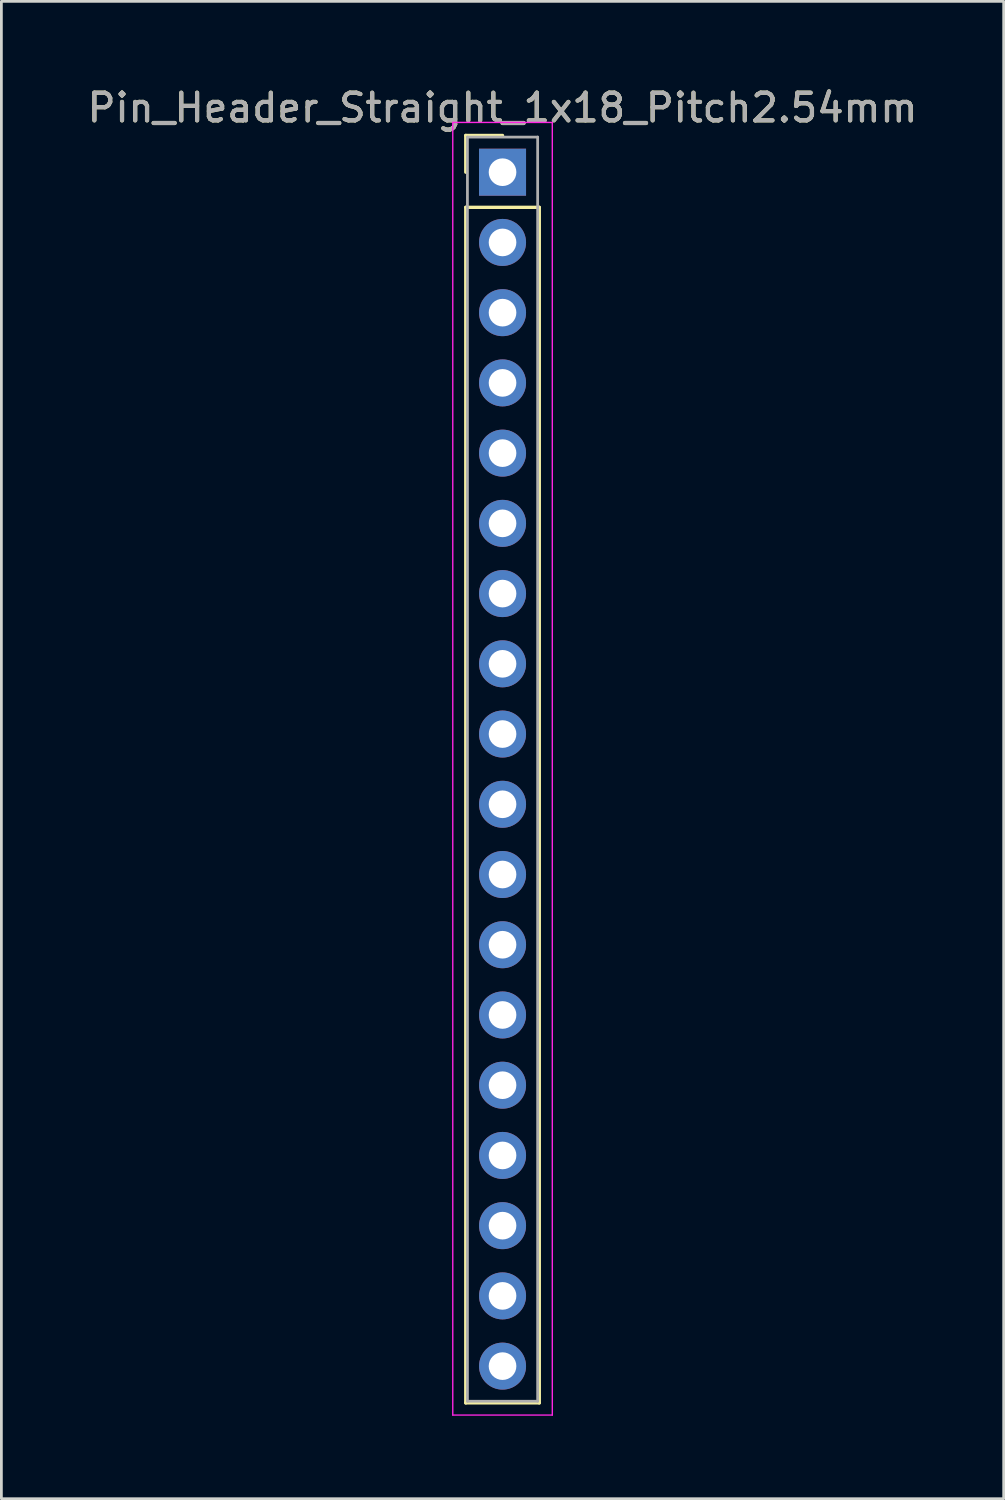
<source format=kicad_pcb>
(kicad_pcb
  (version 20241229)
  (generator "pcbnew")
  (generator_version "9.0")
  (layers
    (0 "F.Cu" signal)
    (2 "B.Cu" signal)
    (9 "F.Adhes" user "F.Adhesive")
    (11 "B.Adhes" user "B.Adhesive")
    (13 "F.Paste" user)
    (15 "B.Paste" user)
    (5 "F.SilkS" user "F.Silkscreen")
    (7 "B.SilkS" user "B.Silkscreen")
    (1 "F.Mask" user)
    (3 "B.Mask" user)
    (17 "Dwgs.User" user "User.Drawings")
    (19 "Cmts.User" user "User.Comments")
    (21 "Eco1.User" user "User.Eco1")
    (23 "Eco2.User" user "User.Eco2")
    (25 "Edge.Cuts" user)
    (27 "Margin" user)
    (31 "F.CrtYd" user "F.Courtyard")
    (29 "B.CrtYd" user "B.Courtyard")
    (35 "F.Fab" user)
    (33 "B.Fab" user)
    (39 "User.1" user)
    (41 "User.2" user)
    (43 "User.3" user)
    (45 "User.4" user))
  (footprint "Pin_Header_Straight_1x18_Pitch2.54mm"
    (layer "F.Cu")
    (at 15.125 3.178)
    (property "Reference" "Pin_Header_Straight_1x18_Pitch2.54mm" (at 0 -2.33 0) (layer "F.SilkS") (effects (font (size 1 1) (thickness 0.15))))
    (attr through_hole)
    (fp_line (start -1.33 -1.33) (end 0 -1.33) (stroke (width 0.12) (type solid)) (layer "F.SilkS"))
    (fp_line (start -1.33 0) (end -1.33 -1.33) (stroke (width 0.12) (type solid)) (layer "F.SilkS"))
    (fp_line (start -1.33 1.27) (end -1.33 44.51) (stroke (width 0.12) (type solid)) (layer "F.SilkS"))
    (fp_line (start -1.33 44.51) (end 1.33 44.51) (stroke (width 0.12) (type solid)) (layer "F.SilkS"))
    (fp_line (start 1.33 1.27) (end -1.33 1.27) (stroke (width 0.12) (type solid)) (layer "F.SilkS"))
    (fp_line (start 1.33 44.51) (end 1.33 1.27) (stroke (width 0.12) (type solid)) (layer "F.SilkS"))
    (fp_line (start -1.8 -1.8) (end -1.8 44.95) (stroke (width 0.05) (type solid)) (layer "F.CrtYd"))
    (fp_line (start -1.8 44.95) (end 1.8 44.95) (stroke (width 0.05) (type solid)) (layer "F.CrtYd"))
    (fp_line (start 1.8 -1.8) (end -1.8 -1.8) (stroke (width 0.05) (type solid)) (layer "F.CrtYd"))
    (fp_line (start 1.8 44.95) (end 1.8 -1.8) (stroke (width 0.05) (type solid)) (layer "F.CrtYd"))
    (fp_line (start -1.27 -1.27) (end -1.27 44.45) (stroke (width 0.1) (type solid)) (layer "F.Fab"))
    (fp_line (start -1.27 44.45) (end 1.27 44.45) (stroke (width 0.1) (type solid)) (layer "F.Fab"))
    (fp_line (start 1.27 -1.27) (end -1.27 -1.27) (stroke (width 0.1) (type solid)) (layer "F.Fab"))
    (fp_line (start 1.27 44.45) (end 1.27 -1.27) (stroke (width 0.1) (type solid)) (layer "F.Fab"))
    (fp_text user "${REFERENCE}" (at 0 -2.33 0) (layer "F.Fab") (effects (font (size 1 1) (thickness 0.15))))
    (pad "1" thru_hole rect (at 0 0) (size 1.7 1.7) (drill 1) (layers "*.Cu" "*.Mask"))
    (pad "2" thru_hole oval (at 0 2.54) (size 1.7 1.7) (drill 1) (layers "*.Cu" "*.Mask"))
    (pad "3" thru_hole oval (at 0 5.08) (size 1.7 1.7) (drill 1) (layers "*.Cu" "*.Mask"))
    (pad "4" thru_hole oval (at 0 7.62) (size 1.7 1.7) (drill 1) (layers "*.Cu" "*.Mask"))
    (pad "5" thru_hole oval (at 0 10.16) (size 1.7 1.7) (drill 1) (layers "*.Cu" "*.Mask"))
    (pad "6" thru_hole oval (at 0 12.7) (size 1.7 1.7) (drill 1) (layers "*.Cu" "*.Mask"))
    (pad "7" thru_hole oval (at 0 15.24) (size 1.7 1.7) (drill 1) (layers "*.Cu" "*.Mask"))
    (pad "8" thru_hole oval (at 0 17.78) (size 1.7 1.7) (drill 1) (layers "*.Cu" "*.Mask"))
    (pad "9" thru_hole oval (at 0 20.32) (size 1.7 1.7) (drill 1) (layers "*.Cu" "*.Mask"))
    (pad "10" thru_hole oval (at 0 22.86) (size 1.7 1.7) (drill 1) (layers "*.Cu" "*.Mask"))
    (pad "11" thru_hole oval (at 0 25.4) (size 1.7 1.7) (drill 1) (layers "*.Cu" "*.Mask"))
    (pad "12" thru_hole oval (at 0 27.94) (size 1.7 1.7) (drill 1) (layers "*.Cu" "*.Mask"))
    (pad "13" thru_hole oval (at 0 30.48) (size 1.7 1.7) (drill 1) (layers "*.Cu" "*.Mask"))
    (pad "14" thru_hole oval (at 0 33.02) (size 1.7 1.7) (drill 1) (layers "*.Cu" "*.Mask"))
    (pad "15" thru_hole oval (at 0 35.56) (size 1.7 1.7) (drill 1) (layers "*.Cu" "*.Mask"))
    (pad "16" thru_hole oval (at 0 38.1) (size 1.7 1.7) (drill 1) (layers "*.Cu" "*.Mask"))
    (pad "17" thru_hole oval (at 0 40.64) (size 1.7 1.7) (drill 1) (layers "*.Cu" "*.Mask"))
    (pad "18" thru_hole oval (at 0 43.18) (size 1.7 1.7) (drill 1) (layers "*.Cu" "*.Mask")))
  (gr_rect
    (start -3 -3)
    (end 33.25 51.153)
    (stroke (width 0.1) (type default))
    (fill no)
    (layer "Edge.Cuts")))
</source>
